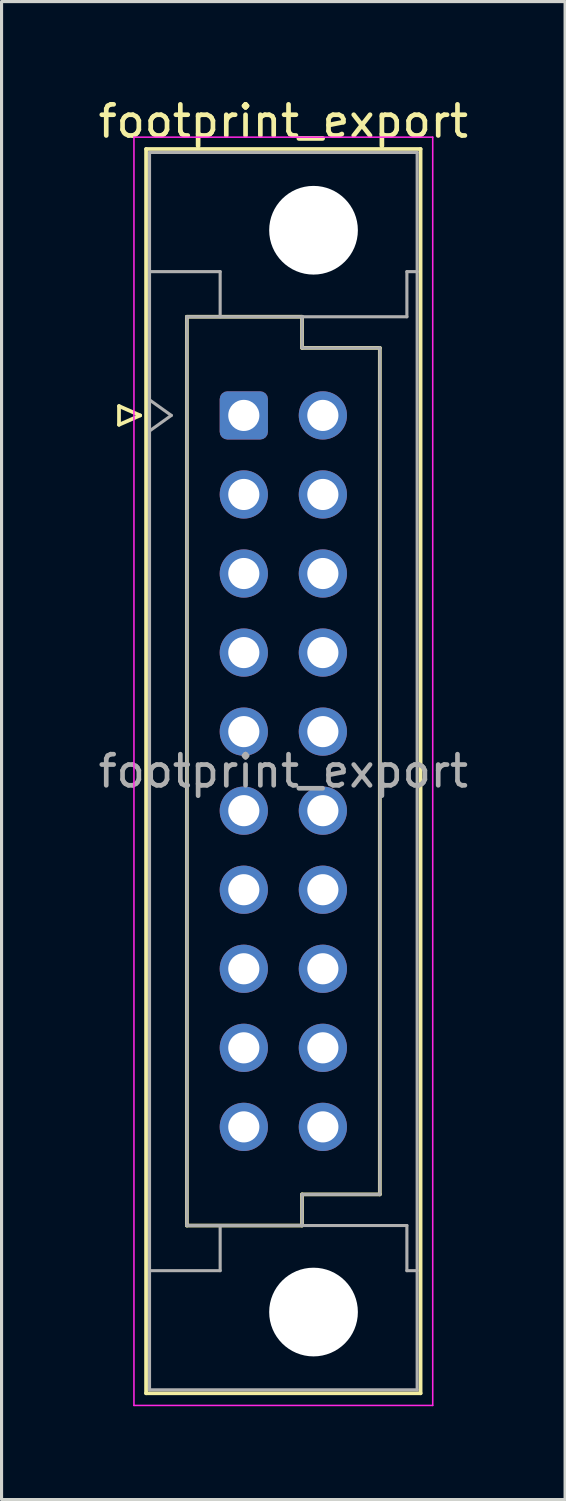
<source format=kicad_pcb>
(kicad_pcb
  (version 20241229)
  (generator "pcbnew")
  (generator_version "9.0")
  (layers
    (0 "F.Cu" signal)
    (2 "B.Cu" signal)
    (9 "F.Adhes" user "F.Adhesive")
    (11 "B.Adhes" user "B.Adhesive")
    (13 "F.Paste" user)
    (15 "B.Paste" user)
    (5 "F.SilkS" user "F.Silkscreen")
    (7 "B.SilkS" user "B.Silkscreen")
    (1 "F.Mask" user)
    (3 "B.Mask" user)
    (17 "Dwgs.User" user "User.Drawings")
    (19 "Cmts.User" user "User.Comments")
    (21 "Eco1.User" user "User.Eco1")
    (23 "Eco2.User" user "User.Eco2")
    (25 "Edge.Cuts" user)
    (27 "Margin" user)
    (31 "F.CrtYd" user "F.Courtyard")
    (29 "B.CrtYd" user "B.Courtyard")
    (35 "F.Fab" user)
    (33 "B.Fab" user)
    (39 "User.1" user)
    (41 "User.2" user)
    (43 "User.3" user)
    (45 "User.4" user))
  (footprint "footprint_export"
    (layer "F.Cu")
    (at 4.784 10.298)
    (property "Reference" "footprint_export" (at 1.27 -9.45 0) (layer "F.SilkS") (effects (font (size 1 1) (thickness 0.15))))
    (attr through_hole)
    (fp_line (start -4.01 -0.3) (end -4.01 0.3) (stroke (width 0.12) (type solid)) (layer "F.SilkS"))
    (fp_line (start -4.01 0.3) (end -3.33 0) (stroke (width 0.12) (type solid)) (layer "F.SilkS"))
    (fp_line (start -3.33 0) (end -4.01 -0.3) (stroke (width 0.12) (type solid)) (layer "F.SilkS"))
    (fp_line (start -3.14 -8.56) (end 5.68 -8.56) (stroke (width 0.12) (type solid)) (layer "F.SilkS"))
    (fp_line (start -3.14 31.42) (end -3.14 -8.56) (stroke (width 0.12) (type solid)) (layer "F.SilkS"))
    (fp_line (start -1.83 -3.17) (end 1.87 -3.17) (stroke (width 0.12) (type solid)) (layer "F.SilkS"))
    (fp_line (start -1.83 26.03) (end -1.83 -3.17) (stroke (width 0.12) (type solid)) (layer "F.SilkS"))
    (fp_line (start 1.87 -3.17) (end 1.87 -2.17) (stroke (width 0.12) (type solid)) (layer "F.SilkS"))
    (fp_line (start 1.87 -2.17) (end 4.37 -2.17) (stroke (width 0.12) (type solid)) (layer "F.SilkS"))
    (fp_line (start 1.87 25.03) (end 1.87 26.03) (stroke (width 0.12) (type solid)) (layer "F.SilkS"))
    (fp_line (start 1.87 26.03) (end -1.83 26.03) (stroke (width 0.12) (type solid)) (layer "F.SilkS"))
    (fp_line (start 4.37 -2.17) (end 4.37 25.03) (stroke (width 0.12) (type solid)) (layer "F.SilkS"))
    (fp_line (start 4.37 25.03) (end 1.87 25.03) (stroke (width 0.12) (type solid)) (layer "F.SilkS"))
    (fp_line (start 5.68 -8.56) (end 5.68 31.42) (stroke (width 0.12) (type solid)) (layer "F.SilkS"))
    (fp_line (start 5.68 31.42) (end -3.14 31.42) (stroke (width 0.12) (type solid)) (layer "F.SilkS"))
    (fp_line (start -3.53 -8.94) (end 6.07 -8.94) (stroke (width 0.05) (type solid)) (layer "F.CrtYd"))
    (fp_line (start -3.53 31.81) (end -3.53 -8.94) (stroke (width 0.05) (type solid)) (layer "F.CrtYd"))
    (fp_line (start 6.07 -8.94) (end 6.07 31.81) (stroke (width 0.05) (type solid)) (layer "F.CrtYd"))
    (fp_line (start 6.07 31.81) (end -3.53 31.81) (stroke (width 0.05) (type solid)) (layer "F.CrtYd"))
    (fp_line (start -3.03 -8.45) (end 5.57 -8.45) (stroke (width 0.1) (type solid)) (layer "F.Fab"))
    (fp_line (start -3.03 -4.62) (end -0.76 -4.62) (stroke (width 0.1) (type solid)) (layer "F.Fab"))
    (fp_line (start -3.03 -0.5) (end -2.33 0) (stroke (width 0.1) (type solid)) (layer "F.Fab"))
    (fp_line (start -3.03 27.48) (end -0.76 27.48) (stroke (width 0.1) (type solid)) (layer "F.Fab"))
    (fp_line (start -3.03 31.31) (end -3.03 -8.45) (stroke (width 0.1) (type solid)) (layer "F.Fab"))
    (fp_line (start -2.33 0) (end -3.03 0.5) (stroke (width 0.1) (type solid)) (layer "F.Fab"))
    (fp_line (start -1.83 -3.17) (end 1.87 -3.17) (stroke (width 0.1) (type solid)) (layer "F.Fab"))
    (fp_line (start -1.83 26.03) (end -1.83 -3.17) (stroke (width 0.1) (type solid)) (layer "F.Fab"))
    (fp_line (start -0.76 -4.62) (end -0.76 -3.17) (stroke (width 0.1) (type solid)) (layer "F.Fab"))
    (fp_line (start -0.76 27.48) (end -0.76 26.03) (stroke (width 0.1) (type solid)) (layer "F.Fab"))
    (fp_line (start 1.87 -3.17) (end 1.87 -2.17) (stroke (width 0.1) (type solid)) (layer "F.Fab"))
    (fp_line (start 1.87 -3.17) (end 5.24 -3.17) (stroke (width 0.1) (type solid)) (layer "F.Fab"))
    (fp_line (start 1.87 -2.17) (end 4.37 -2.17) (stroke (width 0.1) (type solid)) (layer "F.Fab"))
    (fp_line (start 1.87 25.03) (end 1.87 26.03) (stroke (width 0.1) (type solid)) (layer "F.Fab"))
    (fp_line (start 1.87 26.03) (end -1.83 26.03) (stroke (width 0.1) (type solid)) (layer "F.Fab"))
    (fp_line (start 1.87 26.03) (end 5.24 26.03) (stroke (width 0.1) (type solid)) (layer "F.Fab"))
    (fp_line (start 4.37 -2.17) (end 4.37 25.03) (stroke (width 0.1) (type solid)) (layer "F.Fab"))
    (fp_line (start 4.37 25.03) (end 1.87 25.03) (stroke (width 0.1) (type solid)) (layer "F.Fab"))
    (fp_line (start 5.24 -4.62) (end 5.57 -4.62) (stroke (width 0.1) (type solid)) (layer "F.Fab"))
    (fp_line (start 5.24 -3.17) (end 5.24 -4.62) (stroke (width 0.1) (type solid)) (layer "F.Fab"))
    (fp_line (start 5.24 26.03) (end 5.24 27.48) (stroke (width 0.1) (type solid)) (layer "F.Fab"))
    (fp_line (start 5.24 27.48) (end 5.57 27.48) (stroke (width 0.1) (type solid)) (layer "F.Fab"))
    (fp_line (start 5.57 -8.45) (end 5.57 31.31) (stroke (width 0.1) (type solid)) (layer "F.Fab"))
    (fp_line (start 5.57 31.31) (end -3.03 31.31) (stroke (width 0.1) (type solid)) (layer "F.Fab"))
    (fp_text user "${REFERENCE}" (at 1.27 11.43 0) (layer "F.Fab") (effects (font (size 1 1) (thickness 0.15))))
    (pad "" np_thru_hole circle (at 2.24 -5.95) (size 2.85 2.85) (drill 2.85) (layers "*.Cu" "*.Mask"))
    (pad "" np_thru_hole circle (at 2.24 28.81) (size 2.85 2.85) (drill 2.85) (layers "*.Cu" "*.Mask"))
    (pad "a1" thru_hole roundrect (at 0 0) (size 1.55 1.55) (drill 1) (layers "*.Cu" "*.Mask") (roundrect_rratio 0.161))
    (pad "a2" thru_hole circle (at 0 2.54) (size 1.55 1.55) (drill 1) (layers "*.Cu" "*.Mask"))
    (pad "a3" thru_hole circle (at 0 5.08) (size 1.55 1.55) (drill 1) (layers "*.Cu" "*.Mask"))
    (pad "a4" thru_hole circle (at 0 7.62) (size 1.55 1.55) (drill 1) (layers "*.Cu" "*.Mask"))
    (pad "a5" thru_hole circle (at 0 10.16) (size 1.55 1.55) (drill 1) (layers "*.Cu" "*.Mask"))
    (pad "a6" thru_hole circle (at 0 12.7) (size 1.55 1.55) (drill 1) (layers "*.Cu" "*.Mask"))
    (pad "a7" thru_hole circle (at 0 15.24) (size 1.55 1.55) (drill 1) (layers "*.Cu" "*.Mask"))
    (pad "a8" thru_hole circle (at 0 17.78) (size 1.55 1.55) (drill 1) (layers "*.Cu" "*.Mask"))
    (pad "a9" thru_hole circle (at 0 20.32) (size 1.55 1.55) (drill 1) (layers "*.Cu" "*.Mask"))
    (pad "a10" thru_hole circle (at 0 22.86) (size 1.55 1.55) (drill 1) (layers "*.Cu" "*.Mask"))
    (pad "b1" thru_hole circle (at 2.54 0) (size 1.55 1.55) (drill 1) (layers "*.Cu" "*.Mask"))
    (pad "b2" thru_hole circle (at 2.54 2.54) (size 1.55 1.55) (drill 1) (layers "*.Cu" "*.Mask"))
    (pad "b3" thru_hole circle (at 2.54 5.08) (size 1.55 1.55) (drill 1) (layers "*.Cu" "*.Mask"))
    (pad "b4" thru_hole circle (at 2.54 7.62) (size 1.55 1.55) (drill 1) (layers "*.Cu" "*.Mask"))
    (pad "b5" thru_hole circle (at 2.54 10.16) (size 1.55 1.55) (drill 1) (layers "*.Cu" "*.Mask"))
    (pad "b6" thru_hole circle (at 2.54 12.7) (size 1.55 1.55) (drill 1) (layers "*.Cu" "*.Mask"))
    (pad "b7" thru_hole circle (at 2.54 15.24) (size 1.55 1.55) (drill 1) (layers "*.Cu" "*.Mask"))
    (pad "b8" thru_hole circle (at 2.54 17.78) (size 1.55 1.55) (drill 1) (layers "*.Cu" "*.Mask"))
    (pad "b9" thru_hole circle (at 2.54 20.32) (size 1.55 1.55) (drill 1) (layers "*.Cu" "*.Mask"))
    (pad "b10" thru_hole circle (at 2.54 22.86) (size 1.55 1.55) (drill 1) (layers "*.Cu" "*.Mask")))
  (gr_rect
    (start -3 -3)
    (end 15.107 45.133)
    (stroke (width 0.1) (type default))
    (fill no)
    (layer "Edge.Cuts")))
</source>
